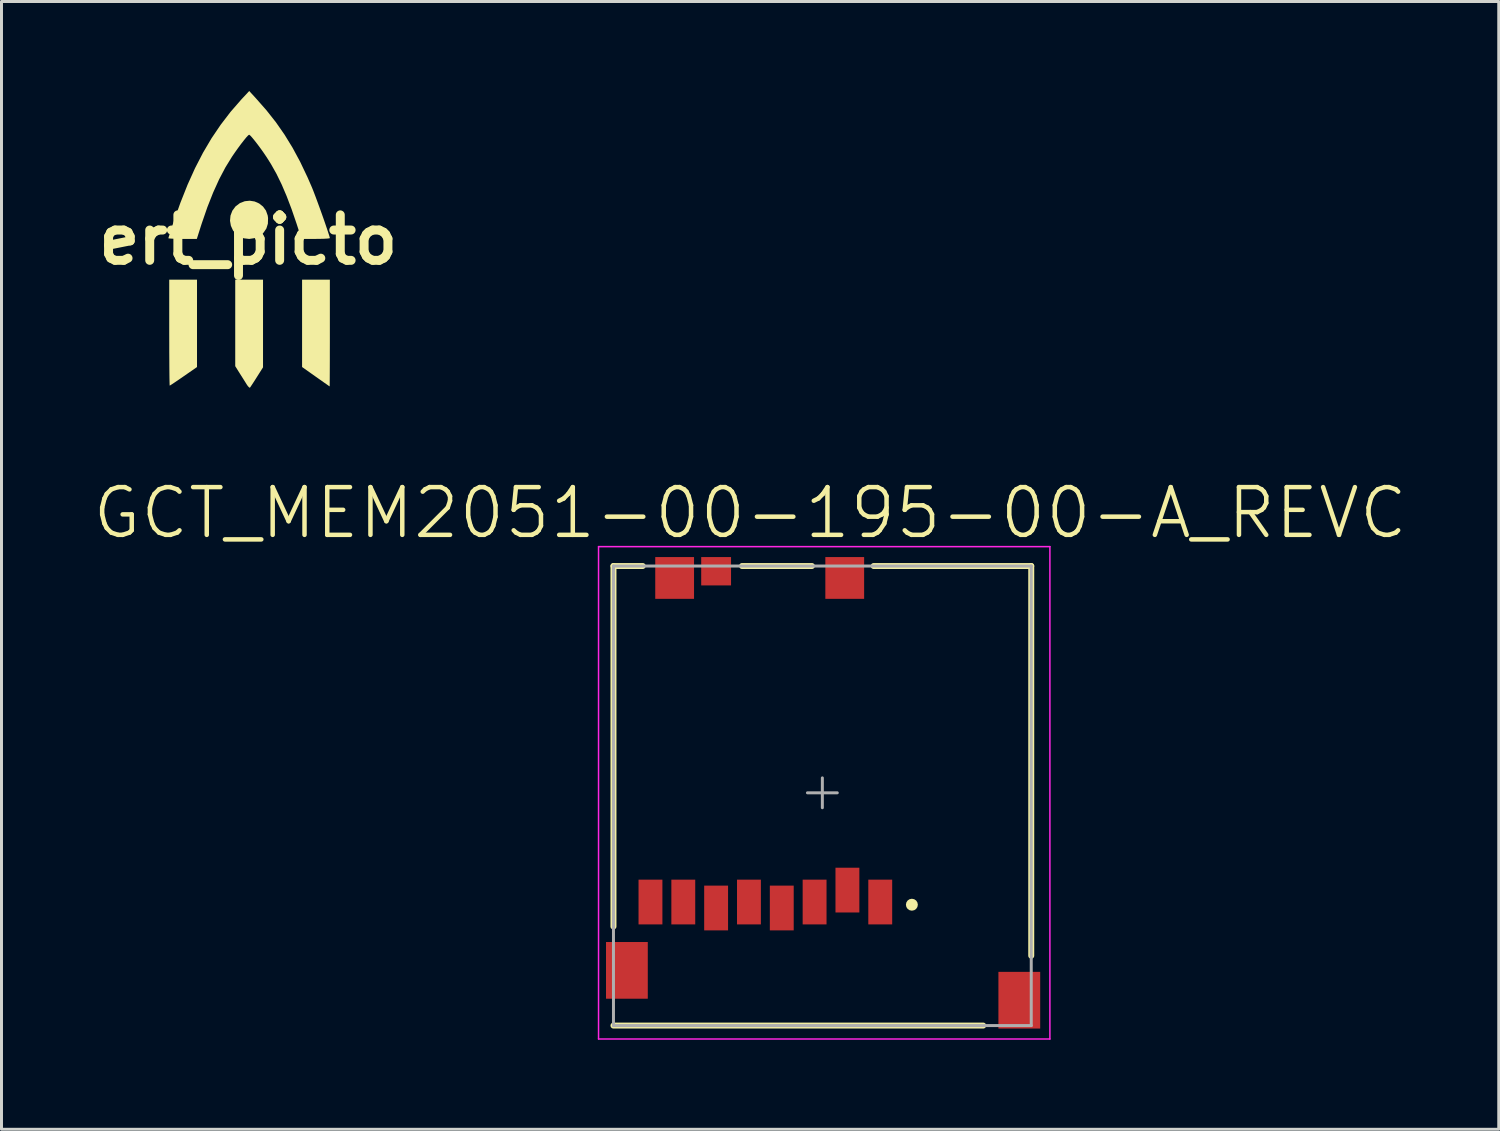
<source format=kicad_pcb>
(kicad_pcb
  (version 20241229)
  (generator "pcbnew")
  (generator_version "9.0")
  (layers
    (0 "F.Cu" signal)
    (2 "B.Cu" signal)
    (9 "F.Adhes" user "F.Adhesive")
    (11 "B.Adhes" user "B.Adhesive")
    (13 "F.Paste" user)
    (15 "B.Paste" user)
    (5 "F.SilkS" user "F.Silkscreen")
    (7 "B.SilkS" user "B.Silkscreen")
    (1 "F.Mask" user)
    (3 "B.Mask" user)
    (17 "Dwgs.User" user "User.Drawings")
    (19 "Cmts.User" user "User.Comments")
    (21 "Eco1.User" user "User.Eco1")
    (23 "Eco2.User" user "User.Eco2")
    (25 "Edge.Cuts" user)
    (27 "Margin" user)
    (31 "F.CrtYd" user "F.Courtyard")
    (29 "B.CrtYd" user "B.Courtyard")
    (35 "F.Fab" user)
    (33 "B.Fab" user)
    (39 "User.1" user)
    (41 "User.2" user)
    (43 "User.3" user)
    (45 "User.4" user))
  (footprint "ert_picto"
    (layer "F.Cu")
    (at 5.269 4.985)
    (property "Reference" "ert_picto" (at 0 0 0) (layer "F.SilkS") (effects (font (size 1.524 1.524) (thickness 0.3))))
    (attr board_only exclude_from_pos_files exclude_from_bom)
    (fp_poly (pts (xy 0.495 4.275) (xy 0.287 4.604) (xy 0.209 4.727) (xy 0.14 4.833) (xy 0.088 4.912) (xy 0.059 4.954) (xy 0.057 4.957) (xy 0.03 4.949) (xy -0.014 4.902) (xy -0.047 4.855) (xy -0.098 4.773) (xy -0.169 4.66) (xy -0.247 4.537) (xy -0.282 4.482) (xy -0.436 4.236) (xy -0.436 1.338) (xy 0.495 1.338)) (stroke (width 0) (type solid)) (fill yes) (layer "F.SilkS"))
    (fp_poly (pts (xy -1.717 4.265) (xy -2.166 4.576) (xy -2.308 4.674) (xy -2.433 4.759) (xy -2.534 4.827) (xy -2.603 4.871) (xy -2.632 4.888) (xy -2.632 4.888) (xy -2.635 4.86) (xy -2.637 4.778) (xy -2.64 4.649) (xy -2.642 4.476) (xy -2.644 4.265) (xy -2.645 4.02) (xy -2.647 3.747) (xy -2.647 3.451) (xy -2.648 3.137) (xy -2.648 3.113) (xy -2.648 1.338) (xy -1.717 1.338)) (stroke (width 0) (type solid)) (fill yes) (layer "F.SilkS"))
    (fp_poly (pts (xy 2.735 3.128) (xy 2.735 3.444) (xy 2.734 3.743) (xy 2.734 4.019) (xy 2.733 4.267) (xy 2.732 4.482) (xy 2.731 4.659) (xy 2.73 4.793) (xy 2.729 4.88) (xy 2.728 4.914) (xy 2.728 4.914) (xy 2.703 4.898) (xy 2.638 4.852) (xy 2.54 4.784) (xy 2.417 4.697) (xy 2.276 4.598) (xy 2.262 4.588) (xy 1.804 4.264) (xy 1.804 1.338) (xy 2.735 1.338)) (stroke (width 0) (type solid)) (fill yes) (layer "F.SilkS"))
    (fp_poly (pts (xy 0.214 -1.283) (xy 0.365 -1.217) (xy 0.494 -1.114) (xy 0.593 -0.979) (xy 0.652 -0.813) (xy 0.664 -0.728) (xy 0.658 -0.539) (xy 0.608 -0.379) (xy 0.514 -0.24) (xy 0.377 -0.127) (xy 0.212 -0.055) (xy 0.032 -0.028) (xy -0.148 -0.049) (xy -0.249 -0.084) (xy -0.399 -0.181) (xy -0.511 -0.313) (xy -0.582 -0.469) (xy -0.611 -0.638) (xy -0.595 -0.81) (xy -0.533 -0.974) (xy -0.426 -1.118) (xy -0.278 -1.23) (xy -0.116 -1.292) (xy 0.051 -1.309)) (stroke (width 0) (type solid)) (fill yes) (layer "F.SilkS"))
    (fp_poly (pts (xy 0.256 -4.742) (xy 0.609 -4.341) (xy 0.928 -3.937) (xy 1.218 -3.52) (xy 1.487 -3.081) (xy 1.741 -2.61) (xy 1.985 -2.097) (xy 2.138 -1.746) (xy 2.182 -1.636) (xy 2.237 -1.492) (xy 2.3 -1.324) (xy 2.368 -1.138) (xy 2.438 -0.945) (xy 2.507 -0.751) (xy 2.572 -0.565) (xy 2.629 -0.396) (xy 2.677 -0.252) (xy 2.713 -0.141) (xy 2.732 -0.072) (xy 2.735 -0.055) (xy 2.707 -0.046) (xy 2.631 -0.039) (xy 2.516 -0.033) (xy 2.372 -0.03) (xy 2.26 -0.029) (xy 1.785 -0.029) (xy 1.617 -0.546) (xy 1.451 -1.03) (xy 1.286 -1.464) (xy 1.119 -1.855) (xy 0.946 -2.209) (xy 0.763 -2.535) (xy 0.619 -2.764) (xy 0.518 -2.913) (xy 0.413 -3.061) (xy 0.309 -3.201) (xy 0.213 -3.324) (xy 0.131 -3.424) (xy 0.069 -3.492) (xy 0.033 -3.52) (xy 0.03 -3.521) (xy -0.003 -3.498) (xy -0.063 -3.434) (xy -0.143 -3.336) (xy -0.239 -3.213) (xy -0.345 -3.07) (xy -0.454 -2.916) (xy -0.543 -2.786) (xy -0.765 -2.426) (xy -0.975 -2.027) (xy -1.176 -1.583) (xy -1.37 -1.092) (xy -1.558 -0.547) (xy -1.587 -0.458) (xy -1.723 -0.029) (xy -2.2 -0.029) (xy -2.359 -0.03) (xy -2.496 -0.034) (xy -2.6 -0.04) (xy -2.663 -0.046) (xy -2.677 -0.052) (xy -2.668 -0.085) (xy -2.643 -0.165) (xy -2.606 -0.282) (xy -2.559 -0.426) (xy -2.507 -0.583) (xy -2.274 -1.239) (xy -2.034 -1.844) (xy -1.782 -2.402) (xy -1.515 -2.919) (xy -1.23 -3.402) (xy -0.923 -3.855) (xy -0.593 -4.286) (xy -0.234 -4.699) (xy -0.18 -4.757) (xy 0.033 -4.985)) (stroke (width 0) (type solid)) (fill yes) (layer "F.SilkS")))
  (footprint "GCT_MEM2051-00-195-00-A_REVC"
    (layer "F.Cu")
    (at 24.508 23.518)
    (property "Reference" "GCT_MEM2051-00-195-00-A_REVC" (at -2.42 -9.377 0) (layer "F.SilkS") (effects (font (size 1.6 1.6) (thickness 0.15))))
    (attr through_hole)
    (fp_line (start -7 -7.6) (end -6.02 -7.6) (stroke (width 0.2) (type solid)) (layer "F.SilkS"))
    (fp_line (start -7 4.48) (end -7 -7.6) (stroke (width 0.2) (type solid)) (layer "F.SilkS"))
    (fp_line (start -7 7.8) (end 5.39 7.8) (stroke (width 0.2) (type solid)) (layer "F.SilkS"))
    (fp_line (start -2.69 -7.6) (end -0.35 -7.6) (stroke (width 0.2) (type solid)) (layer "F.SilkS"))
    (fp_line (start 1.72 -7.6) (end 7 -7.6) (stroke (width 0.2) (type solid)) (layer "F.SilkS"))
    (fp_line (start 7 5.46) (end 7 -7.6) (stroke (width 0.2) (type solid)) (layer "F.SilkS"))
    (fp_circle (center 3 3.75) (end 3.1 3.75) (stroke (width 0.2) (type solid)) (fill no) (layer "F.SilkS"))
    (fp_line (start -7.5 -8.25) (end 7.625 -8.25) (stroke (width 0.05) (type solid)) (layer "F.CrtYd"))
    (fp_line (start -7.5 8.25) (end -7.5 -8.25) (stroke (width 0.05) (type solid)) (layer "F.CrtYd"))
    (fp_line (start 7.625 -8.25) (end 7.625 8.25) (stroke (width 0.05) (type solid)) (layer "F.CrtYd"))
    (fp_line (start 7.625 8.25) (end -7.5 8.25) (stroke (width 0.05) (type solid)) (layer "F.CrtYd"))
    (fp_line (start -7 -7.6) (end 7 -7.6) (stroke (width 0.1) (type solid)) (layer "F.Fab"))
    (fp_line (start -7 7.8) (end -7 -7.6) (stroke (width 0.1) (type solid)) (layer "F.Fab"))
    (fp_line (start -7 7.8) (end 7 7.8) (stroke (width 0.1) (type solid)) (layer "F.Fab"))
    (fp_line (start -0.5 0) (end 0.5 0) (stroke (width 0.1) (type solid)) (layer "F.Fab"))
    (fp_line (start 0 0.5) (end 0 -0.5) (stroke (width 0.1) (type solid)) (layer "F.Fab"))
    (fp_line (start 7 7.8) (end 7 -7.6) (stroke (width 0.1) (type solid)) (layer "F.Fab"))
    (pad "1" smd rect (at 1.94 3.66) (size 0.8 1.5) (layers "F.Cu" "F.Mask" "F.Paste"))
    (pad "2" smd rect (at 0.84 3.26) (size 0.8 1.5) (layers "F.Cu" "F.Mask" "F.Paste"))
    (pad "3" smd rect (at -0.26 3.66) (size 0.8 1.5) (layers "F.Cu" "F.Mask" "F.Paste"))
    (pad "4" smd rect (at -1.36 3.86) (size 0.8 1.5) (layers "F.Cu" "F.Mask" "F.Paste"))
    (pad "5" smd rect (at -2.46 3.66) (size 0.8 1.5) (layers "F.Cu" "F.Mask" "F.Paste"))
    (pad "6" smd rect (at -3.56 3.86) (size 0.8 1.5) (layers "F.Cu" "F.Mask" "F.Paste"))
    (pad "7" smd rect (at -4.66 3.66) (size 0.8 1.5) (layers "F.Cu" "F.Mask" "F.Paste"))
    (pad "8" smd rect (at -5.76 3.66) (size 0.8 1.5) (layers "F.Cu" "F.Mask" "F.Paste"))
    (pad "9" smd rect (at -3.56 -7.425) (size 1 0.95) (layers "F.Cu" "F.Mask" "F.Paste"))
    (pad "10" smd rect (at -4.95 -7.2) (size 1.3 1.4) (layers "F.Cu" "F.Mask" "F.Paste"))
    (pad "11" smd rect (at 0.75 -7.2) (size 1.3 1.4) (layers "F.Cu" "F.Mask" "F.Paste"))
    (pad "12" smd rect (at -6.55 5.95) (size 1.4 1.9) (layers "F.Cu" "F.Mask" "F.Paste"))
    (pad "13" smd rect (at 6.6 6.95) (size 1.4 1.9) (layers "F.Cu" "F.Mask" "F.Paste"))
    (zone (net_name "") (layer "F.Cu") (hatch full 0.508) (connect_pads) (min_thickness 0.01) (filled_areas_thickness no) (keepout (tracks not_allowed) (vias not_allowed) (pads not_allowed) (copperpour not_allowed) (footprints allowed)) (placement (enabled no)) (fill) (polygon (pts (xy 18.25 19.848) (xy 26.958 19.848) (xy 26.958 22.146) (xy 18.25 22.146)))))
  (gr_rect
    (start -3 -3)
    (end 47.175 34.793)
    (stroke (width 0.1) (type default))
    (fill no)
    (layer "Edge.Cuts")))
</source>
